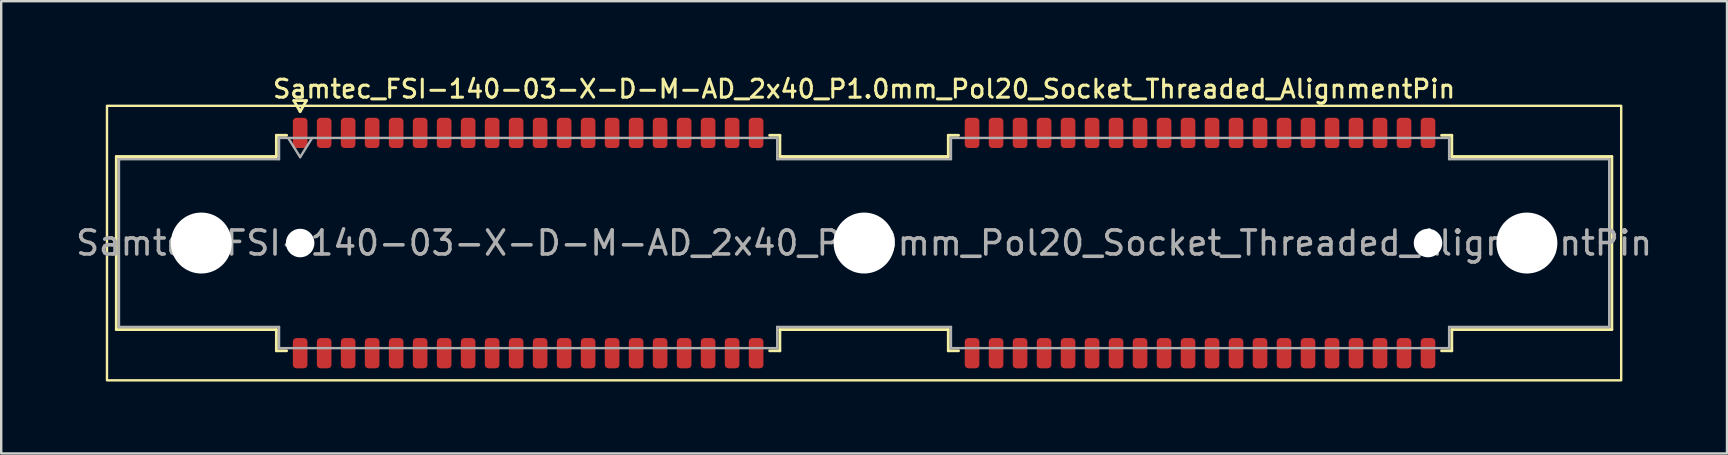
<source format=kicad_pcb>
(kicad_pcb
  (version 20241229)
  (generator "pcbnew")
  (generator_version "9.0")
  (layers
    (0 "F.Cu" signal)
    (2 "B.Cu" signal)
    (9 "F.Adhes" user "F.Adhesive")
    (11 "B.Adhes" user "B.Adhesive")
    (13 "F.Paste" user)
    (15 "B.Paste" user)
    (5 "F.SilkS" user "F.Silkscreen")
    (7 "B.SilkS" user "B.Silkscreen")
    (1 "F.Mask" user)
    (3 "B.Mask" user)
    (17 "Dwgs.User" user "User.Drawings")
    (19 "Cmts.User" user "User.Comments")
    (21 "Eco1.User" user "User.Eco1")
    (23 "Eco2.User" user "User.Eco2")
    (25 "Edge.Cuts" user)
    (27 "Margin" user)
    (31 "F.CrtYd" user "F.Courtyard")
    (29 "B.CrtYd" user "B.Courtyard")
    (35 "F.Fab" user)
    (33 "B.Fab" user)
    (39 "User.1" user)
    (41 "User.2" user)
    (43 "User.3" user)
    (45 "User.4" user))
  (footprint "Samtec_FSI-140-03-X-D-M-AD_2x40_P1.0mm_Pol20_Socket_Threaded_AlignmentPin"
    (layer "F.Cu")
    (at 32.958 7.078)
    (property "Reference" "Samtec_FSI-140-03-X-D-M-AD_2x40_P1.0mm_Pol20_Socket_Threaded_AlignmentPin" (at 0 -6.42 0) (layer "F.SilkS") (effects (font (size 0.75 0.75) (thickness 0.125))))
    (attr smd)
    (fp_line (start -31.16 -3.605) (end -24.49 -3.605) (stroke (width 0.12) (type solid)) (layer "F.SilkS"))
    (fp_line (start -31.16 3.605) (end -31.16 -3.605) (stroke (width 0.12) (type solid)) (layer "F.SilkS"))
    (fp_line (start -24.49 -4.49) (end -24.065 -4.49) (stroke (width 0.12) (type solid)) (layer "F.SilkS"))
    (fp_line (start -24.49 -3.605) (end -24.49 -4.49) (stroke (width 0.12) (type solid)) (layer "F.SilkS"))
    (fp_line (start -24.49 3.605) (end -31.16 3.605) (stroke (width 0.12) (type solid)) (layer "F.SilkS"))
    (fp_line (start -24.49 4.49) (end -24.49 3.605) (stroke (width 0.12) (type solid)) (layer "F.SilkS"))
    (fp_line (start -24.065 4.49) (end -24.49 4.49) (stroke (width 0.12) (type solid)) (layer "F.SilkS"))
    (fp_line (start -23.764 -5.938) (end -23.5 -5.48) (stroke (width 0.12) (type solid)) (layer "F.SilkS"))
    (fp_line (start -23.5 -5.48) (end -23.236 -5.938) (stroke (width 0.12) (type solid)) (layer "F.SilkS"))
    (fp_line (start -23.236 -5.938) (end -23.764 -5.938) (stroke (width 0.12) (type solid)) (layer "F.SilkS"))
    (fp_line (start -3.935 -4.49) (end -3.51 -4.49) (stroke (width 0.12) (type solid)) (layer "F.SilkS"))
    (fp_line (start -3.51 -4.49) (end -3.51 -3.605) (stroke (width 0.12) (type solid)) (layer "F.SilkS"))
    (fp_line (start -3.51 -3.605) (end 3.51 -3.605) (stroke (width 0.12) (type solid)) (layer "F.SilkS"))
    (fp_line (start -3.51 3.605) (end -3.51 4.49) (stroke (width 0.12) (type solid)) (layer "F.SilkS"))
    (fp_line (start -3.51 4.49) (end -3.935 4.49) (stroke (width 0.12) (type solid)) (layer "F.SilkS"))
    (fp_line (start 3.51 -4.49) (end 3.935 -4.49) (stroke (width 0.12) (type solid)) (layer "F.SilkS"))
    (fp_line (start 3.51 -3.605) (end 3.51 -4.49) (stroke (width 0.12) (type solid)) (layer "F.SilkS"))
    (fp_line (start 3.51 3.605) (end -3.51 3.605) (stroke (width 0.12) (type solid)) (layer "F.SilkS"))
    (fp_line (start 3.51 4.49) (end 3.51 3.605) (stroke (width 0.12) (type solid)) (layer "F.SilkS"))
    (fp_line (start 3.935 4.49) (end 3.51 4.49) (stroke (width 0.12) (type solid)) (layer "F.SilkS"))
    (fp_line (start 24.065 -4.49) (end 24.49 -4.49) (stroke (width 0.12) (type solid)) (layer "F.SilkS"))
    (fp_line (start 24.49 -4.49) (end 24.49 -3.605) (stroke (width 0.12) (type solid)) (layer "F.SilkS"))
    (fp_line (start 24.49 -3.605) (end 31.16 -3.605) (stroke (width 0.12) (type solid)) (layer "F.SilkS"))
    (fp_line (start 24.49 3.605) (end 24.49 4.49) (stroke (width 0.12) (type solid)) (layer "F.SilkS"))
    (fp_line (start 24.49 4.49) (end 24.065 4.49) (stroke (width 0.12) (type solid)) (layer "F.SilkS"))
    (fp_line (start 31.16 -3.605) (end 31.16 3.605) (stroke (width 0.12) (type solid)) (layer "F.SilkS"))
    (fp_line (start 31.16 3.605) (end 24.49 3.605) (stroke (width 0.12) (type solid)) (layer "F.SilkS"))
    (fp_rect (start -31.55 -5.72) (end 31.55 5.72) (stroke (width 0.1) (type solid)) (fill no) (layer "F.SilkS"))
    (fp_line (start -31.05 -3.495) (end -24.38 -3.495) (stroke (width 0.1) (type solid)) (layer "F.Fab"))
    (fp_line (start -31.05 3.495) (end -31.05 -3.495) (stroke (width 0.1) (type solid)) (layer "F.Fab"))
    (fp_line (start -24.38 -4.38) (end -3.62 -4.38) (stroke (width 0.1) (type solid)) (layer "F.Fab"))
    (fp_line (start -24.38 -3.495) (end -24.38 -4.38) (stroke (width 0.1) (type solid)) (layer "F.Fab"))
    (fp_line (start -24.38 3.495) (end -31.05 3.495) (stroke (width 0.1) (type solid)) (layer "F.Fab"))
    (fp_line (start -24.38 4.38) (end -24.38 3.495) (stroke (width 0.1) (type solid)) (layer "F.Fab"))
    (fp_line (start -24 -4.38) (end -23.5 -3.58) (stroke (width 0.1) (type solid)) (layer "F.Fab"))
    (fp_line (start -23.5 -3.58) (end -23 -4.38) (stroke (width 0.1) (type solid)) (layer "F.Fab"))
    (fp_line (start -3.62 -4.38) (end -3.62 -3.495) (stroke (width 0.1) (type solid)) (layer "F.Fab"))
    (fp_line (start -3.62 -3.495) (end 3.62 -3.495) (stroke (width 0.1) (type solid)) (layer "F.Fab"))
    (fp_line (start -3.62 3.495) (end -3.62 4.38) (stroke (width 0.1) (type solid)) (layer "F.Fab"))
    (fp_line (start -3.62 4.38) (end -24.38 4.38) (stroke (width 0.1) (type solid)) (layer "F.Fab"))
    (fp_line (start 3.62 -4.38) (end 24.38 -4.38) (stroke (width 0.1) (type solid)) (layer "F.Fab"))
    (fp_line (start 3.62 -3.495) (end 3.62 -4.38) (stroke (width 0.1) (type solid)) (layer "F.Fab"))
    (fp_line (start 3.62 3.495) (end -3.62 3.495) (stroke (width 0.1) (type solid)) (layer "F.Fab"))
    (fp_line (start 3.62 4.38) (end 3.62 3.495) (stroke (width 0.1) (type solid)) (layer "F.Fab"))
    (fp_line (start 24.38 -4.38) (end 24.38 -3.495) (stroke (width 0.1) (type solid)) (layer "F.Fab"))
    (fp_line (start 24.38 -3.495) (end 31.05 -3.495) (stroke (width 0.1) (type solid)) (layer "F.Fab"))
    (fp_line (start 24.38 3.495) (end 24.38 4.38) (stroke (width 0.1) (type solid)) (layer "F.Fab"))
    (fp_line (start 24.38 4.38) (end 3.62 4.38) (stroke (width 0.1) (type solid)) (layer "F.Fab"))
    (fp_line (start 31.05 -3.495) (end 31.05 3.495) (stroke (width 0.1) (type solid)) (layer "F.Fab"))
    (fp_line (start 31.05 3.495) (end 24.38 3.495) (stroke (width 0.1) (type solid)) (layer "F.Fab"))
    (fp_text user "${REFERENCE}" (at 0 0 0) (layer "F.Fab") (effects (font (size 1 1) (thickness 0.15))))
    (pad "" np_thru_hole circle (at -27.62 0) (size 2.54 2.54) (drill 2.54) (layers "*.Cu" "*.Mask"))
    (pad "" np_thru_hole circle (at -23.5 0) (size 1.19 1.19) (drill 1.19) (layers "*.Cu" "*.Mask"))
    (pad "" np_thru_hole circle (at 0 0) (size 2.54 2.54) (drill 2.54) (layers "*.Cu" "*.Mask"))
    (pad "" np_thru_hole circle (at 23.5 0) (size 1.19 1.19) (drill 1.19) (layers "*.Cu" "*.Mask"))
    (pad "" np_thru_hole circle (at 27.62 0) (size 2.54 2.54) (drill 2.54) (layers "*.Cu" "*.Mask"))
    (pad "1" smd roundrect (at -23.5 -4.59) (size 0.61 1.26) (layers "F.Cu" "F.Mask" "F.Paste") (roundrect_rratio 0.25))
    (pad "2" smd roundrect (at -23.5 4.59) (size 0.61 1.26) (layers "F.Cu" "F.Mask" "F.Paste") (roundrect_rratio 0.25))
    (pad "3" smd roundrect (at -22.5 -4.59) (size 0.61 1.26) (layers "F.Cu" "F.Mask" "F.Paste") (roundrect_rratio 0.25))
    (pad "4" smd roundrect (at -22.5 4.59) (size 0.61 1.26) (layers "F.Cu" "F.Mask" "F.Paste") (roundrect_rratio 0.25))
    (pad "5" smd roundrect (at -21.5 -4.59) (size 0.61 1.26) (layers "F.Cu" "F.Mask" "F.Paste") (roundrect_rratio 0.25))
    (pad "6" smd roundrect (at -21.5 4.59) (size 0.61 1.26) (layers "F.Cu" "F.Mask" "F.Paste") (roundrect_rratio 0.25))
    (pad "7" smd roundrect (at -20.5 -4.59) (size 0.61 1.26) (layers "F.Cu" "F.Mask" "F.Paste") (roundrect_rratio 0.25))
    (pad "8" smd roundrect (at -20.5 4.59) (size 0.61 1.26) (layers "F.Cu" "F.Mask" "F.Paste") (roundrect_rratio 0.25))
    (pad "9" smd roundrect (at -19.5 -4.59) (size 0.61 1.26) (layers "F.Cu" "F.Mask" "F.Paste") (roundrect_rratio 0.25))
    (pad "10" smd roundrect (at -19.5 4.59) (size 0.61 1.26) (layers "F.Cu" "F.Mask" "F.Paste") (roundrect_rratio 0.25))
    (pad "11" smd roundrect (at -18.5 -4.59) (size 0.61 1.26) (layers "F.Cu" "F.Mask" "F.Paste") (roundrect_rratio 0.25))
    (pad "12" smd roundrect (at -18.5 4.59) (size 0.61 1.26) (layers "F.Cu" "F.Mask" "F.Paste") (roundrect_rratio 0.25))
    (pad "13" smd roundrect (at -17.5 -4.59) (size 0.61 1.26) (layers "F.Cu" "F.Mask" "F.Paste") (roundrect_rratio 0.25))
    (pad "14" smd roundrect (at -17.5 4.59) (size 0.61 1.26) (layers "F.Cu" "F.Mask" "F.Paste") (roundrect_rratio 0.25))
    (pad "15" smd roundrect (at -16.5 -4.59) (size 0.61 1.26) (layers "F.Cu" "F.Mask" "F.Paste") (roundrect_rratio 0.25))
    (pad "16" smd roundrect (at -16.5 4.59) (size 0.61 1.26) (layers "F.Cu" "F.Mask" "F.Paste") (roundrect_rratio 0.25))
    (pad "17" smd roundrect (at -15.5 -4.59) (size 0.61 1.26) (layers "F.Cu" "F.Mask" "F.Paste") (roundrect_rratio 0.25))
    (pad "18" smd roundrect (at -15.5 4.59) (size 0.61 1.26) (layers "F.Cu" "F.Mask" "F.Paste") (roundrect_rratio 0.25))
    (pad "19" smd roundrect (at -14.5 -4.59) (size 0.61 1.26) (layers "F.Cu" "F.Mask" "F.Paste") (roundrect_rratio 0.25))
    (pad "20" smd roundrect (at -14.5 4.59) (size 0.61 1.26) (layers "F.Cu" "F.Mask" "F.Paste") (roundrect_rratio 0.25))
    (pad "21" smd roundrect (at -13.5 -4.59) (size 0.61 1.26) (layers "F.Cu" "F.Mask" "F.Paste") (roundrect_rratio 0.25))
    (pad "22" smd roundrect (at -13.5 4.59) (size 0.61 1.26) (layers "F.Cu" "F.Mask" "F.Paste") (roundrect_rratio 0.25))
    (pad "23" smd roundrect (at -12.5 -4.59) (size 0.61 1.26) (layers "F.Cu" "F.Mask" "F.Paste") (roundrect_rratio 0.25))
    (pad "24" smd roundrect (at -12.5 4.59) (size 0.61 1.26) (layers "F.Cu" "F.Mask" "F.Paste") (roundrect_rratio 0.25))
    (pad "25" smd roundrect (at -11.5 -4.59) (size 0.61 1.26) (layers "F.Cu" "F.Mask" "F.Paste") (roundrect_rratio 0.25))
    (pad "26" smd roundrect (at -11.5 4.59) (size 0.61 1.26) (layers "F.Cu" "F.Mask" "F.Paste") (roundrect_rratio 0.25))
    (pad "27" smd roundrect (at -10.5 -4.59) (size 0.61 1.26) (layers "F.Cu" "F.Mask" "F.Paste") (roundrect_rratio 0.25))
    (pad "28" smd roundrect (at -10.5 4.59) (size 0.61 1.26) (layers "F.Cu" "F.Mask" "F.Paste") (roundrect_rratio 0.25))
    (pad "29" smd roundrect (at -9.5 -4.59) (size 0.61 1.26) (layers "F.Cu" "F.Mask" "F.Paste") (roundrect_rratio 0.25))
    (pad "30" smd roundrect (at -9.5 4.59) (size 0.61 1.26) (layers "F.Cu" "F.Mask" "F.Paste") (roundrect_rratio 0.25))
    (pad "31" smd roundrect (at -8.5 -4.59) (size 0.61 1.26) (layers "F.Cu" "F.Mask" "F.Paste") (roundrect_rratio 0.25))
    (pad "32" smd roundrect (at -8.5 4.59) (size 0.61 1.26) (layers "F.Cu" "F.Mask" "F.Paste") (roundrect_rratio 0.25))
    (pad "33" smd roundrect (at -7.5 -4.59) (size 0.61 1.26) (layers "F.Cu" "F.Mask" "F.Paste") (roundrect_rratio 0.25))
    (pad "34" smd roundrect (at -7.5 4.59) (size 0.61 1.26) (layers "F.Cu" "F.Mask" "F.Paste") (roundrect_rratio 0.25))
    (pad "35" smd roundrect (at -6.5 -4.59) (size 0.61 1.26) (layers "F.Cu" "F.Mask" "F.Paste") (roundrect_rratio 0.25))
    (pad "36" smd roundrect (at -6.5 4.59) (size 0.61 1.26) (layers "F.Cu" "F.Mask" "F.Paste") (roundrect_rratio 0.25))
    (pad "37" smd roundrect (at -5.5 -4.59) (size 0.61 1.26) (layers "F.Cu" "F.Mask" "F.Paste") (roundrect_rratio 0.25))
    (pad "38" smd roundrect (at -5.5 4.59) (size 0.61 1.26) (layers "F.Cu" "F.Mask" "F.Paste") (roundrect_rratio 0.25))
    (pad "39" smd roundrect (at -4.5 -4.59) (size 0.61 1.26) (layers "F.Cu" "F.Mask" "F.Paste") (roundrect_rratio 0.25))
    (pad "40" smd roundrect (at -4.5 4.59) (size 0.61 1.26) (layers "F.Cu" "F.Mask" "F.Paste") (roundrect_rratio 0.25))
    (pad "41" smd roundrect (at 4.5 -4.59) (size 0.61 1.26) (layers "F.Cu" "F.Mask" "F.Paste") (roundrect_rratio 0.25))
    (pad "42" smd roundrect (at 4.5 4.59) (size 0.61 1.26) (layers "F.Cu" "F.Mask" "F.Paste") (roundrect_rratio 0.25))
    (pad "43" smd roundrect (at 5.5 -4.59) (size 0.61 1.26) (layers "F.Cu" "F.Mask" "F.Paste") (roundrect_rratio 0.25))
    (pad "44" smd roundrect (at 5.5 4.59) (size 0.61 1.26) (layers "F.Cu" "F.Mask" "F.Paste") (roundrect_rratio 0.25))
    (pad "45" smd roundrect (at 6.5 -4.59) (size 0.61 1.26) (layers "F.Cu" "F.Mask" "F.Paste") (roundrect_rratio 0.25))
    (pad "46" smd roundrect (at 6.5 4.59) (size 0.61 1.26) (layers "F.Cu" "F.Mask" "F.Paste") (roundrect_rratio 0.25))
    (pad "47" smd roundrect (at 7.5 -4.59) (size 0.61 1.26) (layers "F.Cu" "F.Mask" "F.Paste") (roundrect_rratio 0.25))
    (pad "48" smd roundrect (at 7.5 4.59) (size 0.61 1.26) (layers "F.Cu" "F.Mask" "F.Paste") (roundrect_rratio 0.25))
    (pad "49" smd roundrect (at 8.5 -4.59) (size 0.61 1.26) (layers "F.Cu" "F.Mask" "F.Paste") (roundrect_rratio 0.25))
    (pad "50" smd roundrect (at 8.5 4.59) (size 0.61 1.26) (layers "F.Cu" "F.Mask" "F.Paste") (roundrect_rratio 0.25))
    (pad "51" smd roundrect (at 9.5 -4.59) (size 0.61 1.26) (layers "F.Cu" "F.Mask" "F.Paste") (roundrect_rratio 0.25))
    (pad "52" smd roundrect (at 9.5 4.59) (size 0.61 1.26) (layers "F.Cu" "F.Mask" "F.Paste") (roundrect_rratio 0.25))
    (pad "53" smd roundrect (at 10.5 -4.59) (size 0.61 1.26) (layers "F.Cu" "F.Mask" "F.Paste") (roundrect_rratio 0.25))
    (pad "54" smd roundrect (at 10.5 4.59) (size 0.61 1.26) (layers "F.Cu" "F.Mask" "F.Paste") (roundrect_rratio 0.25))
    (pad "55" smd roundrect (at 11.5 -4.59) (size 0.61 1.26) (layers "F.Cu" "F.Mask" "F.Paste") (roundrect_rratio 0.25))
    (pad "56" smd roundrect (at 11.5 4.59) (size 0.61 1.26) (layers "F.Cu" "F.Mask" "F.Paste") (roundrect_rratio 0.25))
    (pad "57" smd roundrect (at 12.5 -4.59) (size 0.61 1.26) (layers "F.Cu" "F.Mask" "F.Paste") (roundrect_rratio 0.25))
    (pad "58" smd roundrect (at 12.5 4.59) (size 0.61 1.26) (layers "F.Cu" "F.Mask" "F.Paste") (roundrect_rratio 0.25))
    (pad "59" smd roundrect (at 13.5 -4.59) (size 0.61 1.26) (layers "F.Cu" "F.Mask" "F.Paste") (roundrect_rratio 0.25))
    (pad "60" smd roundrect (at 13.5 4.59) (size 0.61 1.26) (layers "F.Cu" "F.Mask" "F.Paste") (roundrect_rratio 0.25))
    (pad "61" smd roundrect (at 14.5 -4.59) (size 0.61 1.26) (layers "F.Cu" "F.Mask" "F.Paste") (roundrect_rratio 0.25))
    (pad "62" smd roundrect (at 14.5 4.59) (size 0.61 1.26) (layers "F.Cu" "F.Mask" "F.Paste") (roundrect_rratio 0.25))
    (pad "63" smd roundrect (at 15.5 -4.59) (size 0.61 1.26) (layers "F.Cu" "F.Mask" "F.Paste") (roundrect_rratio 0.25))
    (pad "64" smd roundrect (at 15.5 4.59) (size 0.61 1.26) (layers "F.Cu" "F.Mask" "F.Paste") (roundrect_rratio 0.25))
    (pad "65" smd roundrect (at 16.5 -4.59) (size 0.61 1.26) (layers "F.Cu" "F.Mask" "F.Paste") (roundrect_rratio 0.25))
    (pad "66" smd roundrect (at 16.5 4.59) (size 0.61 1.26) (layers "F.Cu" "F.Mask" "F.Paste") (roundrect_rratio 0.25))
    (pad "67" smd roundrect (at 17.5 -4.59) (size 0.61 1.26) (layers "F.Cu" "F.Mask" "F.Paste") (roundrect_rratio 0.25))
    (pad "68" smd roundrect (at 17.5 4.59) (size 0.61 1.26) (layers "F.Cu" "F.Mask" "F.Paste") (roundrect_rratio 0.25))
    (pad "69" smd roundrect (at 18.5 -4.59) (size 0.61 1.26) (layers "F.Cu" "F.Mask" "F.Paste") (roundrect_rratio 0.25))
    (pad "70" smd roundrect (at 18.5 4.59) (size 0.61 1.26) (layers "F.Cu" "F.Mask" "F.Paste") (roundrect_rratio 0.25))
    (pad "71" smd roundrect (at 19.5 -4.59) (size 0.61 1.26) (layers "F.Cu" "F.Mask" "F.Paste") (roundrect_rratio 0.25))
    (pad "72" smd roundrect (at 19.5 4.59) (size 0.61 1.26) (layers "F.Cu" "F.Mask" "F.Paste") (roundrect_rratio 0.25))
    (pad "73" smd roundrect (at 20.5 -4.59) (size 0.61 1.26) (layers "F.Cu" "F.Mask" "F.Paste") (roundrect_rratio 0.25))
    (pad "74" smd roundrect (at 20.5 4.59) (size 0.61 1.26) (layers "F.Cu" "F.Mask" "F.Paste") (roundrect_rratio 0.25))
    (pad "75" smd roundrect (at 21.5 -4.59) (size 0.61 1.26) (layers "F.Cu" "F.Mask" "F.Paste") (roundrect_rratio 0.25))
    (pad "76" smd roundrect (at 21.5 4.59) (size 0.61 1.26) (layers "F.Cu" "F.Mask" "F.Paste") (roundrect_rratio 0.25))
    (pad "77" smd roundrect (at 22.5 -4.59) (size 0.61 1.26) (layers "F.Cu" "F.Mask" "F.Paste") (roundrect_rratio 0.25))
    (pad "78" smd roundrect (at 22.5 4.59) (size 0.61 1.26) (layers "F.Cu" "F.Mask" "F.Paste") (roundrect_rratio 0.25))
    (pad "79" smd roundrect (at 23.5 -4.59) (size 0.61 1.26) (layers "F.Cu" "F.Mask" "F.Paste") (roundrect_rratio 0.25))
    (pad "80" smd roundrect (at 23.5 4.59) (size 0.61 1.26) (layers "F.Cu" "F.Mask" "F.Paste") (roundrect_rratio 0.25)))
  (gr_rect
    (start -3 -3)
    (end 68.917 15.848)
    (stroke (width 0.1) (type default))
    (fill no)
    (layer "Edge.Cuts")))
</source>
